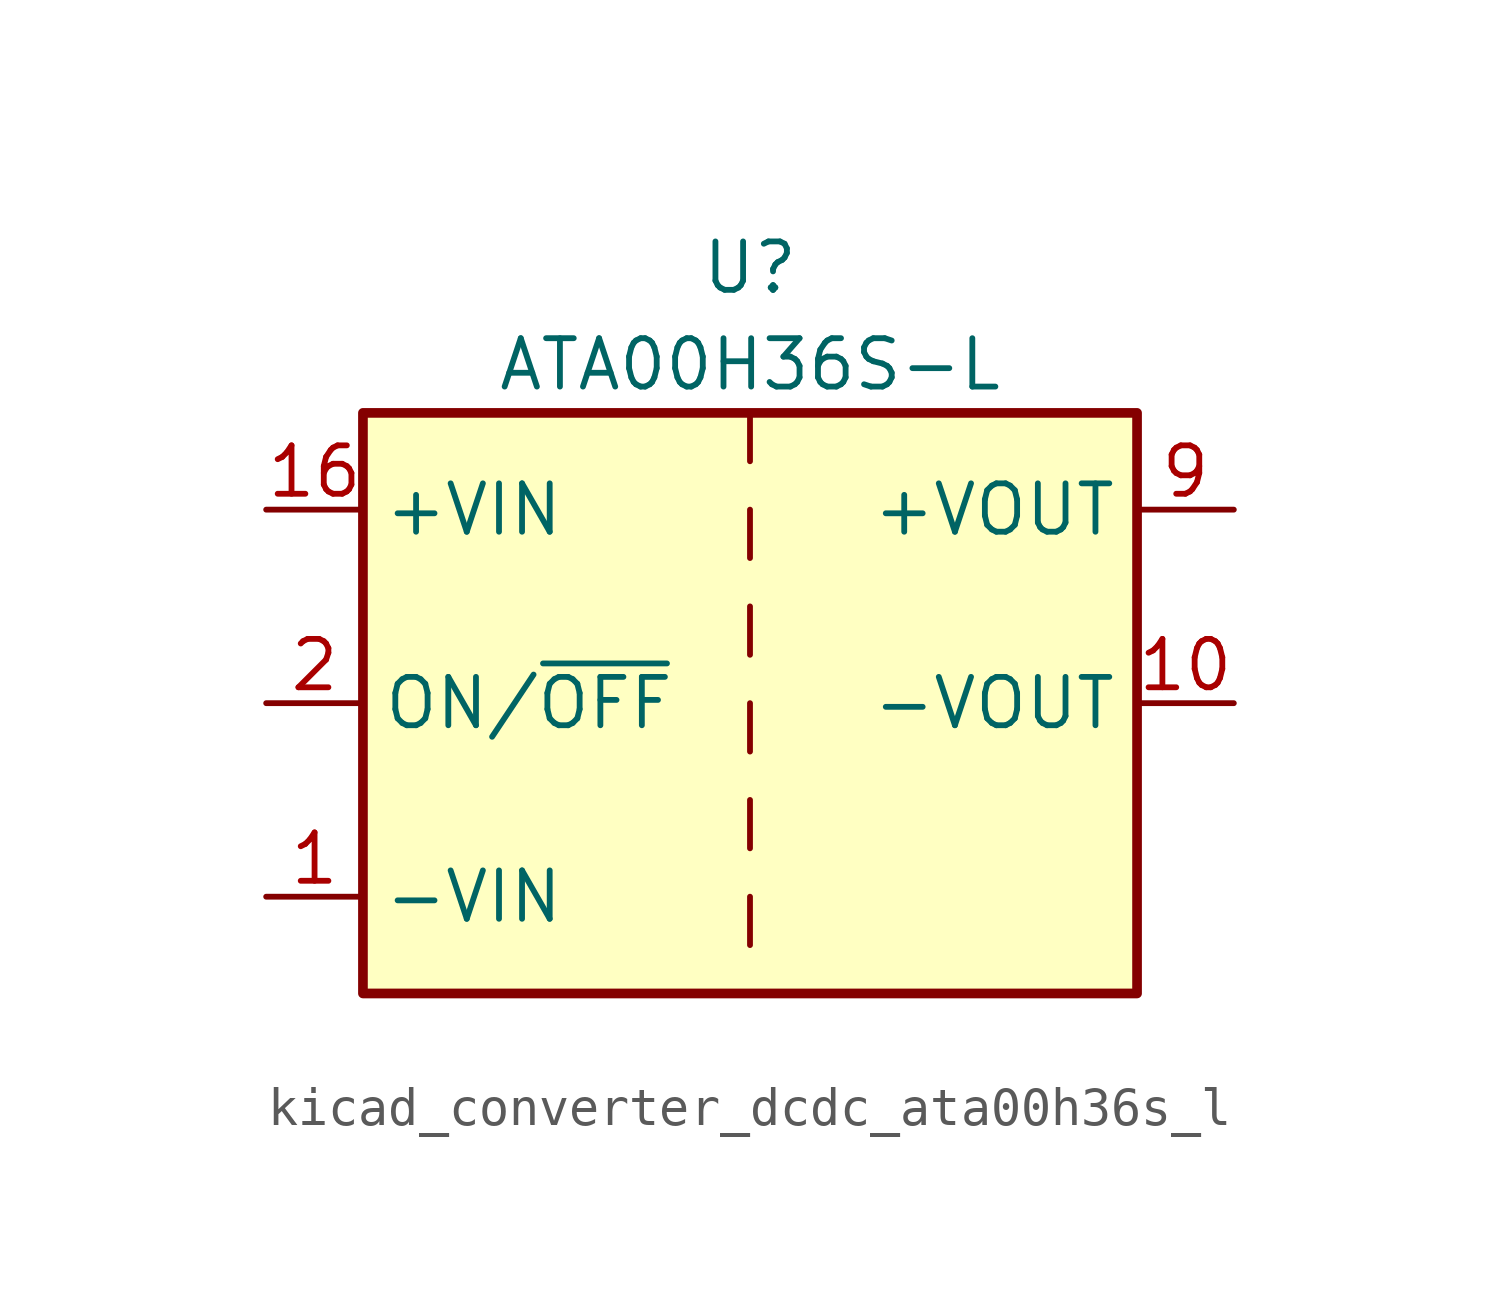
<source format=kicad_sym>
(kicad_symbol_lib
  (version 20220914)
  (generator kicad_symbol_editor)
  (symbol "kicad_converter_dcdc_ata00h36s_l"
    (property "Reference" "U"
      (at 0 11.43 0)
      (effects (font (size 1.27 1.27))))
    (property "Value" "ATA00H36S-L"
      (at 0 8.89 0)
      (effects (font (size 1.27 1.27))))
    (symbol "kicad_converter_dcdc_ata00h36s_l_0_1"
      (rectangle (start -10.16 7.62) (end 10.16 -7.62) (stroke (width 0.254) (type default)) (fill (type background)))
      (polyline (pts (xy 0 -5.08) (xy 0 -6.35)) (stroke (width 0) (type default)) (fill (type none)))
      (polyline (pts (xy 0 -2.54) (xy 0 -3.81)) (stroke (width 0) (type default)) (fill (type none)))
      (polyline (pts (xy 0 0) (xy 0 -1.27)) (stroke (width 0) (type default)) (fill (type none)))
      (polyline (pts (xy 0 2.54) (xy 0 1.27)) (stroke (width 0) (type default)) (fill (type none)))
      (polyline (pts (xy 0 5.08) (xy 0 3.81)) (stroke (width 0) (type default)) (fill (type none)))
      (polyline (pts (xy 0 7.62) (xy 0 6.35)) (stroke (width 0) (type default)) (fill (type none))))
    (symbol "kicad_converter_dcdc_ata00h36s_l_1_1"
      (pin power_in line (at -12.7 -5.08 0) (length 2.54) (name "-VIN" (effects (font (size 1.27 1.27)))) (number "1" (effects (font (size 1.27 1.27)))))
      (pin power_out line (at 12.7 0 180) (length 2.54) (name "-VOUT" (effects (font (size 1.27 1.27)))) (number "10" (effects (font (size 1.27 1.27)))))
      (pin power_in line (at -12.7 5.08 0) (length 2.54) (name "+VIN" (effects (font (size 1.27 1.27)))) (number "16" (effects (font (size 1.27 1.27)))))
      (pin input line (at -12.7 0 0) (length 2.54) (name "ON/~{OFF}" (effects (font (size 1.27 1.27)))) (number "2" (effects (font (size 1.27 1.27)))))
      (pin no_connect line (at 10.16 -2.54 180) (length 2.54) hide (name "NC" (effects (font (size 1.27 1.27)))) (number "7" (effects (font (size 1.27 1.27)))))
      (pin no_connect line (at 10.16 -5.08 180) (length 2.54) hide (name "NC" (effects (font (size 1.27 1.27)))) (number "8" (effects (font (size 1.27 1.27)))))
      (pin power_out line (at 12.7 5.08 180) (length 2.54) (name "+VOUT" (effects (font (size 1.27 1.27)))) (number "9" (effects (font (size 1.27 1.27))))))))
</source>
